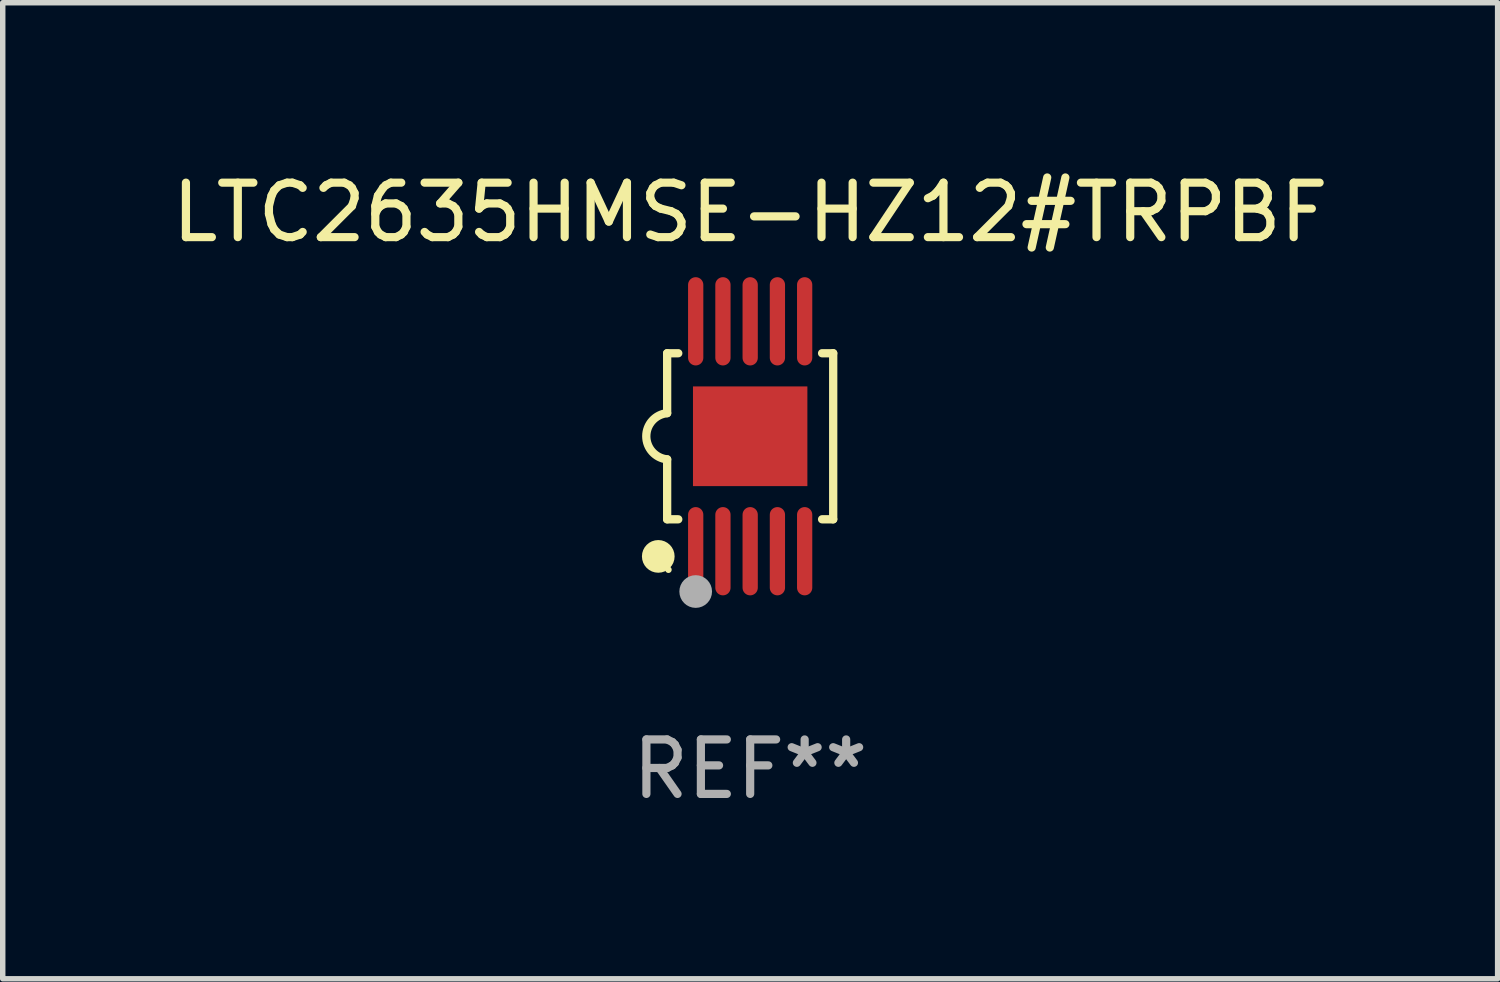
<source format=kicad_pcb>
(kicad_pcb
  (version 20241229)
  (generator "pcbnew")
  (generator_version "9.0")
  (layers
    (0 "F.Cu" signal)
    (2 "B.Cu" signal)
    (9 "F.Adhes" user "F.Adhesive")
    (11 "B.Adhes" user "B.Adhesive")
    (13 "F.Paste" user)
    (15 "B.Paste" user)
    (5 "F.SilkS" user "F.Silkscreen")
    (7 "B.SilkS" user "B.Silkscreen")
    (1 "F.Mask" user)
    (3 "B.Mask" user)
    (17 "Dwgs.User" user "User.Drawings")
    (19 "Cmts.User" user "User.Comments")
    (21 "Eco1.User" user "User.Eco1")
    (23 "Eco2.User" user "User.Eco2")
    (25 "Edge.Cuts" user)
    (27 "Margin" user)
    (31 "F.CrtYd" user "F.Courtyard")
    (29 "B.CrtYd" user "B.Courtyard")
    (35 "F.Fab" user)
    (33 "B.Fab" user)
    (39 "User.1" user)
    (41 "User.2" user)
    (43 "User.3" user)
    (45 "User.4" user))
  (footprint "LTC2635HMSE-HZ12#TRPBF"
    (layer "F.Cu")
    (at 10.72 4.958)
    (property "Reference" "LTC2635HMSE-HZ12#TRPBF" (at 0 -4.11 0) (layer "F.SilkS") (effects (font (size 1 1) (thickness 0.15))))
    (attr through_hole)
    (fp_line (start -1.524 -1.524) (end -1.524 -0.424) (stroke (width 0.152) (type solid)) (layer "F.SilkS"))
    (fp_line (start -1.524 1.524) (end -1.524 0.424) (stroke (width 0.152) (type solid)) (layer "F.SilkS"))
    (fp_line (start -1.524 1.524) (end -1.32 1.524) (stroke (width 0.152) (type solid)) (layer "F.SilkS"))
    (fp_line (start -1.32 -1.524) (end -1.524 -1.524) (stroke (width 0.152) (type solid)) (layer "F.SilkS"))
    (fp_line (start 1.32 1.524) (end 1.524 1.524) (stroke (width 0.152) (type solid)) (layer "F.SilkS"))
    (fp_line (start 1.524 -1.524) (end 1.32 -1.524) (stroke (width 0.152) (type solid)) (layer "F.SilkS"))
    (fp_line (start 1.524 1.524) (end 1.524 -1.524) (stroke (width 0.152) (type solid)) (layer "F.SilkS"))
    (fp_arc (start -1.524003 0.424003) (mid -1.906663 -0.000089) (end -1.524004 -0.424181) (stroke (width 0.151994) (type solid)) (layer "F.SilkS"))
    (fp_circle (center -1.687 2.205) (end -1.537 2.205) (stroke (width 0.3) (type solid)) (fill no) (layer "F.SilkS"))
    (fp_circle (center -1.5 2.45) (end -1.47 2.45) (stroke (width 0.06) (type solid)) (fill no) (layer "F.SilkS"))
    (fp_circle (center -1 2.85) (end -0.85 2.85) (stroke (width 0.3) (type solid)) (fill no) (layer "F.Fab"))
    (fp_text user "REF**" (at 0 6.11 0) (layer "F.Fab") (effects (font (size 1 1) (thickness 0.15))))
    (pad "1" smd oval (at -1 2.11) (size 0.28 1.62) (layers "F.Cu" "F.Mask" "F.Paste"))
    (pad "2" smd oval (at -0.5 2.11) (size 0.28 1.62) (layers "F.Cu" "F.Mask" "F.Paste"))
    (pad "3" smd oval (at 0 2.11) (size 0.28 1.62) (layers "F.Cu" "F.Mask" "F.Paste"))
    (pad "4" smd oval (at 0.5 2.11) (size 0.28 1.62) (layers "F.Cu" "F.Mask" "F.Paste"))
    (pad "5" smd oval (at 1 2.11) (size 0.28 1.62) (layers "F.Cu" "F.Mask" "F.Paste"))
    (pad "6" smd oval (at 1 -2.11) (size 0.28 1.62) (layers "F.Cu" "F.Mask" "F.Paste"))
    (pad "7" smd oval (at 0.5 -2.11) (size 0.28 1.62) (layers "F.Cu" "F.Mask" "F.Paste"))
    (pad "8" smd oval (at 0 -2.11) (size 0.28 1.62) (layers "F.Cu" "F.Mask" "F.Paste"))
    (pad "9" smd oval (at -0.5 -2.11) (size 0.28 1.62) (layers "F.Cu" "F.Mask" "F.Paste"))
    (pad "10" smd oval (at -1 -2.11) (size 0.28 1.62) (layers "F.Cu" "F.Mask" "F.Paste"))
    (pad "11" smd rect (at 0 0) (size 2.1 1.83) (layers "F.Cu" "F.Mask" "F.Paste")))
  (gr_rect
    (start -3 -3)
    (end 24.44 14.916)
    (stroke (width 0.1) (type default))
    (fill no)
    (layer "Edge.Cuts")))
</source>
